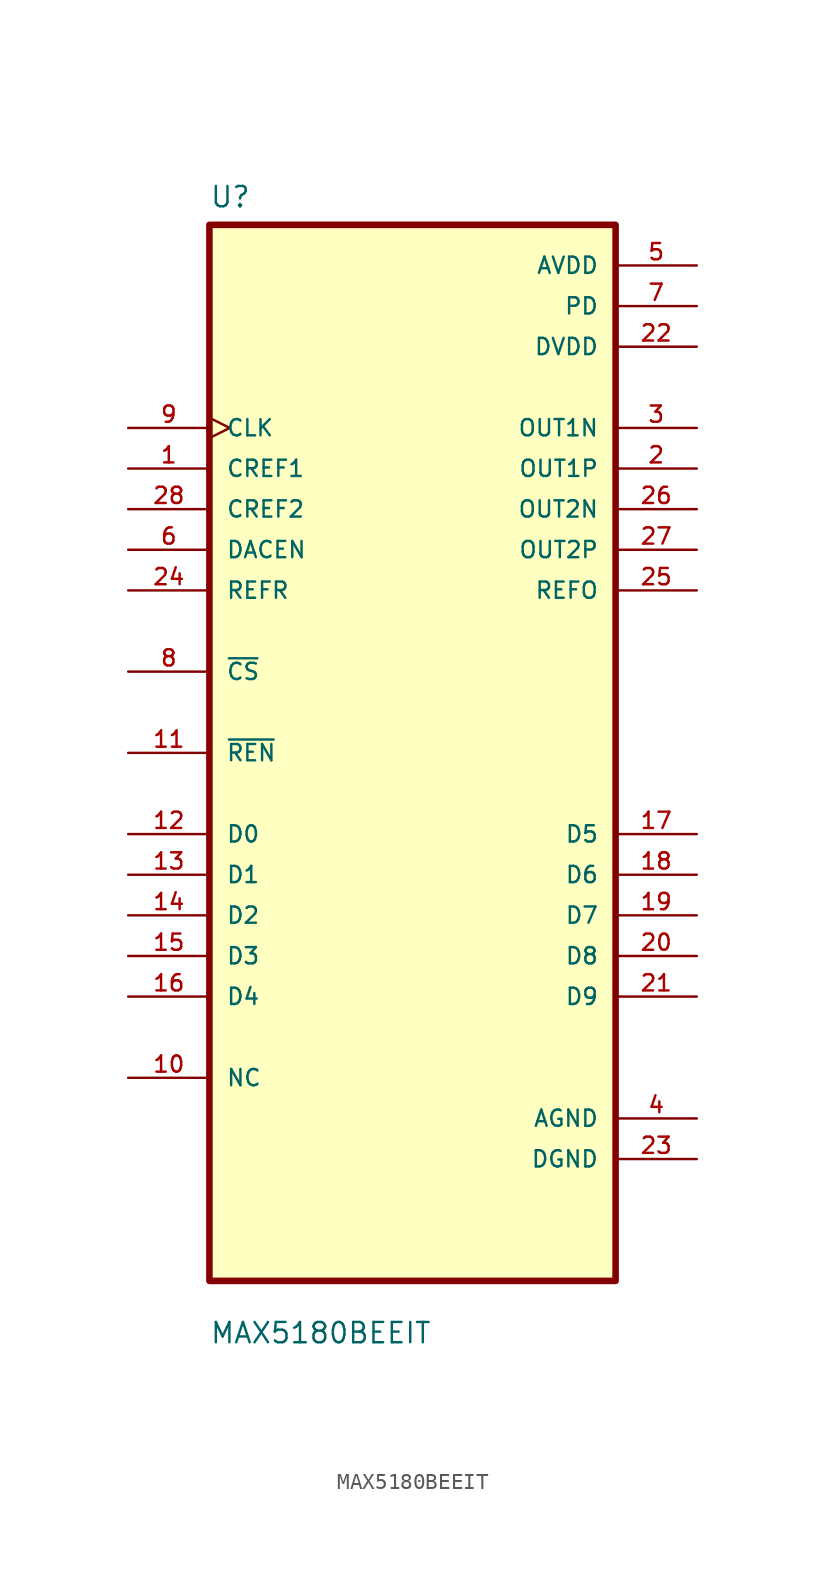
<source format=kicad_sym>
(kicad_symbol_lib
  (version 20211014)
  (generator kicad_symbol_editor)
  (symbol "MAX5180BEEIT"
    (pin_names
      (offset 1.016))
    (property "Reference" "U"
      (at -12.7 34.02 0.0)
      (effects (font (size 1.27 1.27)) (justify bottom left)))
    (property "Value" "MAX5180BEEIT"
      (at -12.7 -37.02 0.0)
      (effects (font (size 1.27 1.27)) (justify bottom left)))
    (symbol "MAX5180BEEIT_0_0"
      (rectangle (start -12.7 -33.02) (end 12.7 33.02) (stroke (width 0.41)) (fill (type background)))
      (pin input clock (at -17.78 20.32 0) (length 5.08) (name "CLK" (effects (font (size 1.016 1.016)))) (number "9" (effects (font (size 1.016 1.016)))))
      (pin input line (at -17.78 17.78 0) (length 5.08) (name "CREF1" (effects (font (size 1.016 1.016)))) (number "1" (effects (font (size 1.016 1.016)))))
      (pin input line (at -17.78 15.24 0) (length 5.08) (name "CREF2" (effects (font (size 1.016 1.016)))) (number "28" (effects (font (size 1.016 1.016)))))
      (pin input line (at -17.78 12.7 0) (length 5.08) (name "DACEN" (effects (font (size 1.016 1.016)))) (number "6" (effects (font (size 1.016 1.016)))))
      (pin input line (at -17.78 10.16 0) (length 5.08) (name "REFR" (effects (font (size 1.016 1.016)))) (number "24" (effects (font (size 1.016 1.016)))))
      (pin bidirectional line (at -17.78 5.08 0) (length 5.08) (name "~{CS}" (effects (font (size 1.016 1.016)))) (number "8" (effects (font (size 1.016 1.016)))))
      (pin bidirectional line (at -17.78 7.10543e-15 0) (length 5.08) (name "~{REN}" (effects (font (size 1.016 1.016)))) (number "11" (effects (font (size 1.016 1.016)))))
      (pin bidirectional line (at -17.78 -5.08 0) (length 5.08) (name "D0" (effects (font (size 1.016 1.016)))) (number "12" (effects (font (size 1.016 1.016)))))
      (pin bidirectional line (at -17.78 -7.62 0) (length 5.08) (name "D1" (effects (font (size 1.016 1.016)))) (number "13" (effects (font (size 1.016 1.016)))))
      (pin bidirectional line (at -17.78 -10.16 0) (length 5.08) (name "D2" (effects (font (size 1.016 1.016)))) (number "14" (effects (font (size 1.016 1.016)))))
      (pin bidirectional line (at -17.78 -12.7 0) (length 5.08) (name "D3" (effects (font (size 1.016 1.016)))) (number "15" (effects (font (size 1.016 1.016)))))
      (pin bidirectional line (at -17.78 -15.24 0) (length 5.08) (name "D4" (effects (font (size 1.016 1.016)))) (number "16" (effects (font (size 1.016 1.016)))))
      (pin bidirectional line (at -17.78 -20.32 0) (length 5.08) (name "NC" (effects (font (size 1.016 1.016)))) (number "10" (effects (font (size 1.016 1.016)))))
      (pin power_in line (at 17.78 30.48 180.0) (length 5.08) (name "AVDD" (effects (font (size 1.016 1.016)))) (number "5" (effects (font (size 1.016 1.016)))))
      (pin power_in line (at 17.78 27.94 180.0) (length 5.08) (name "PD" (effects (font (size 1.016 1.016)))) (number "7" (effects (font (size 1.016 1.016)))))
      (pin power_in line (at 17.78 25.4 180.0) (length 5.08) (name "DVDD" (effects (font (size 1.016 1.016)))) (number "22" (effects (font (size 1.016 1.016)))))
      (pin output line (at 17.78 20.32 180.0) (length 5.08) (name "OUT1N" (effects (font (size 1.016 1.016)))) (number "3" (effects (font (size 1.016 1.016)))))
      (pin output line (at 17.78 17.78 180.0) (length 5.08) (name "OUT1P" (effects (font (size 1.016 1.016)))) (number "2" (effects (font (size 1.016 1.016)))))
      (pin output line (at 17.78 15.24 180.0) (length 5.08) (name "OUT2N" (effects (font (size 1.016 1.016)))) (number "26" (effects (font (size 1.016 1.016)))))
      (pin output line (at 17.78 12.7 180.0) (length 5.08) (name "OUT2P" (effects (font (size 1.016 1.016)))) (number "27" (effects (font (size 1.016 1.016)))))
      (pin output line (at 17.78 10.16 180.0) (length 5.08) (name "REFO" (effects (font (size 1.016 1.016)))) (number "25" (effects (font (size 1.016 1.016)))))
      (pin bidirectional line (at 17.78 -5.08 180.0) (length 5.08) (name "D5" (effects (font (size 1.016 1.016)))) (number "17" (effects (font (size 1.016 1.016)))))
      (pin bidirectional line (at 17.78 -7.62 180.0) (length 5.08) (name "D6" (effects (font (size 1.016 1.016)))) (number "18" (effects (font (size 1.016 1.016)))))
      (pin bidirectional line (at 17.78 -10.16 180.0) (length 5.08) (name "D7" (effects (font (size 1.016 1.016)))) (number "19" (effects (font (size 1.016 1.016)))))
      (pin bidirectional line (at 17.78 -12.7 180.0) (length 5.08) (name "D8" (effects (font (size 1.016 1.016)))) (number "20" (effects (font (size 1.016 1.016)))))
      (pin bidirectional line (at 17.78 -15.24 180.0) (length 5.08) (name "D9" (effects (font (size 1.016 1.016)))) (number "21" (effects (font (size 1.016 1.016)))))
      (pin power_in line (at 17.78 -22.86 180.0) (length 5.08) (name "AGND" (effects (font (size 1.016 1.016)))) (number "4" (effects (font (size 1.016 1.016)))))
      (pin power_in line (at 17.78 -25.4 180.0) (length 5.08) (name "DGND" (effects (font (size 1.016 1.016)))) (number "23" (effects (font (size 1.016 1.016))))))))
</source>
